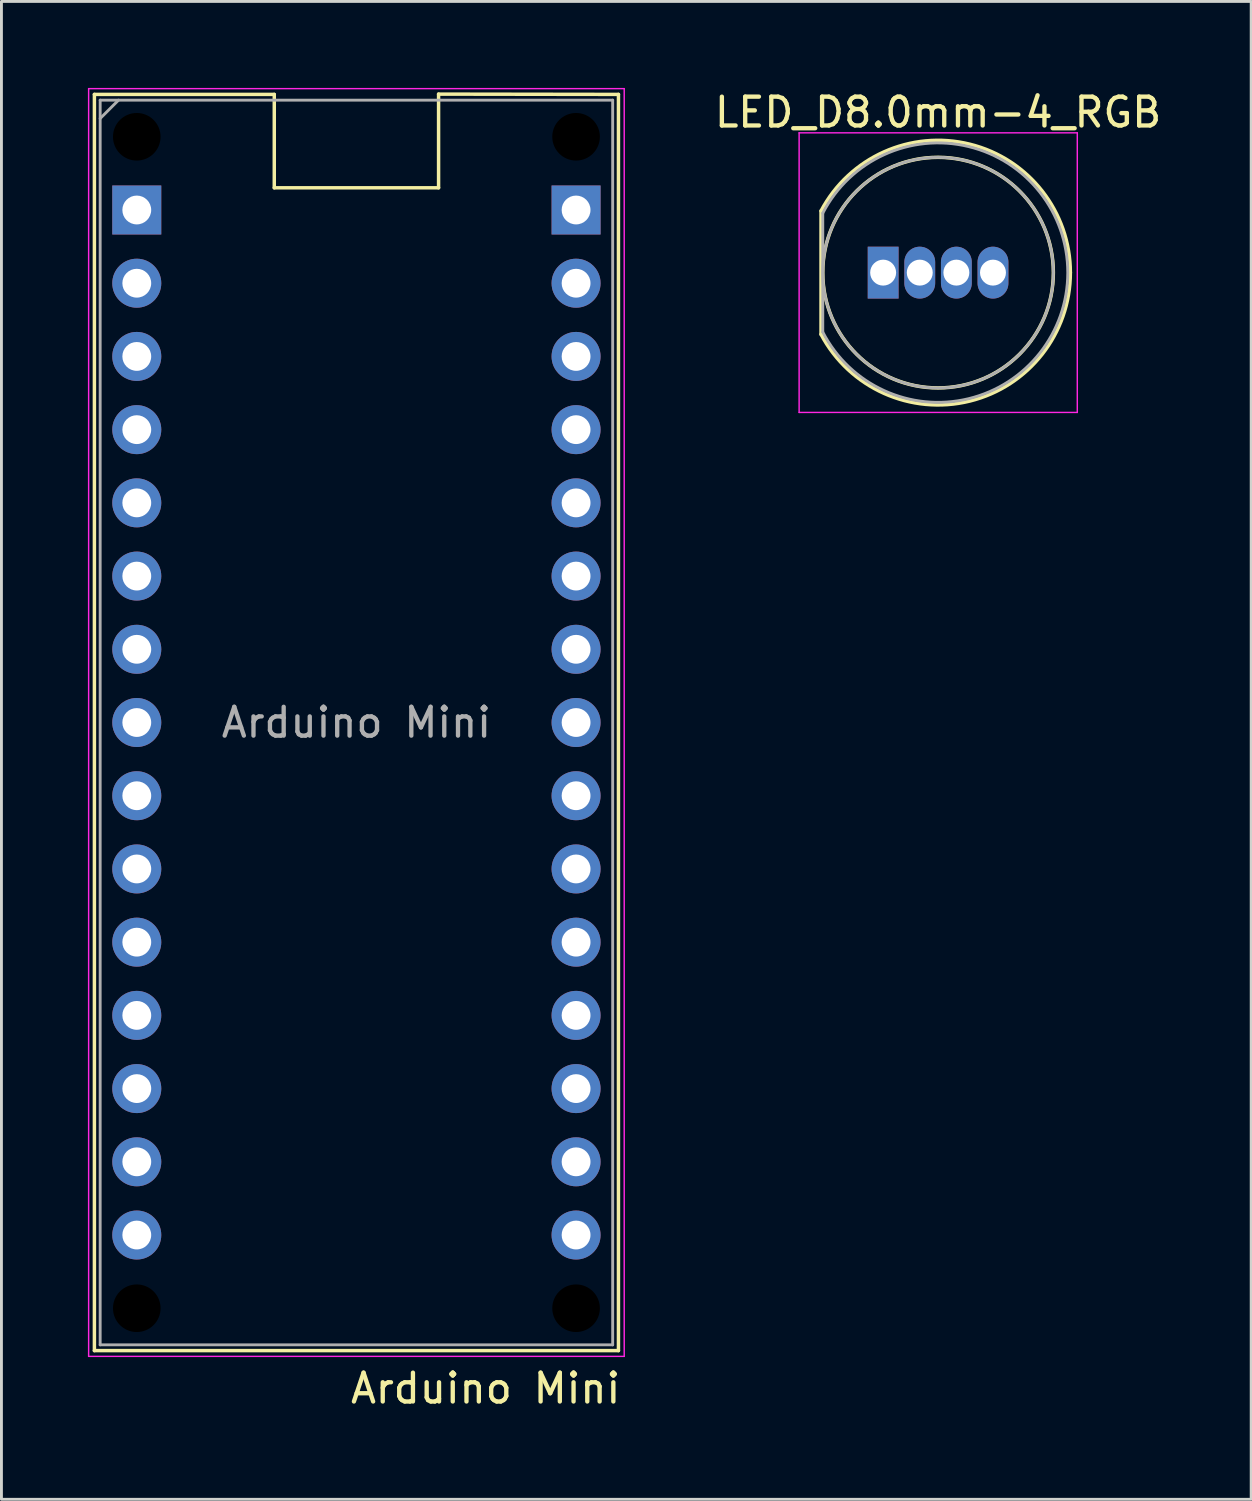
<source format=kicad_pcb>
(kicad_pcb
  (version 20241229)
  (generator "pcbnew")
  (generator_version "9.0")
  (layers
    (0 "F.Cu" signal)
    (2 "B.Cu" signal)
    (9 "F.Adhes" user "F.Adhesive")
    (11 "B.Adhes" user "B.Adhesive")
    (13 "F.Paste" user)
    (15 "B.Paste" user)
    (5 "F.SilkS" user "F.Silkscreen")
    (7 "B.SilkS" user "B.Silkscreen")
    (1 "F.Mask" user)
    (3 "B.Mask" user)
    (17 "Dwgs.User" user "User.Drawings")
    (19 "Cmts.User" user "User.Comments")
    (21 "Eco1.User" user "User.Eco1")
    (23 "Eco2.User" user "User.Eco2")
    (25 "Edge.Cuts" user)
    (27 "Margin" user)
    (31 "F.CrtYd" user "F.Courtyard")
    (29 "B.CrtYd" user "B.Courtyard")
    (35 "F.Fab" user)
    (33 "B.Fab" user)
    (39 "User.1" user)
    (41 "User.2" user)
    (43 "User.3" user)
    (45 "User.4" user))
  (footprint "Arduino Mini"
    (layer "F.Cu")
    (at 9.315 22.015)
    (property "Reference" "Arduino Mini" (at 9.25 23.1 0) (layer "F.SilkS") (effects (font (size 1 1) (thickness 0.15)) (justify right)))
    (attr through_hole)
    (fp_line (start -9.09 -21.79) (end -9.09 21.79) (stroke (width 0.12) (type solid)) (layer "F.SilkS"))
    (fp_line (start -9.09 -21.79) (end -2.85 -21.79) (stroke (width 0.12) (type solid)) (layer "F.SilkS"))
    (fp_line (start -9.09 21.79) (end 9.09 21.79) (stroke (width 0.12) (type solid)) (layer "F.SilkS"))
    (fp_line (start -2.85 -18.55) (end -2.85 -21.79) (stroke (width 0.12) (type solid)) (layer "F.SilkS"))
    (fp_line (start -2.85 -18.55) (end 2.85 -18.55) (stroke (width 0.12) (type solid)) (layer "F.SilkS"))
    (fp_line (start 2.85 -21.8) (end 9.09 -21.79) (stroke (width 0.12) (type solid)) (layer "F.SilkS"))
    (fp_line (start 2.85 -18.55) (end 2.85 -21.8) (stroke (width 0.12) (type solid)) (layer "F.SilkS"))
    (fp_line (start 9.09 -21.79) (end 9.09 21.79) (stroke (width 0.12) (type solid)) (layer "F.SilkS"))
    (fp_line (start -9.29 -21.99) (end -9.29 21.99) (stroke (width 0.05) (type solid)) (layer "F.CrtYd"))
    (fp_line (start -9.29 21.99) (end 9.29 21.99) (stroke (width 0.05) (type solid)) (layer "F.CrtYd"))
    (fp_line (start 9.29 -21.99) (end -9.29 -21.99) (stroke (width 0.05) (type solid)) (layer "F.CrtYd"))
    (fp_line (start 9.29 -21.99) (end 9.29 21.99) (stroke (width 0.05) (type solid)) (layer "F.CrtYd"))
    (fp_line (start -8.89 -21.59) (end 8.89 -21.59) (stroke (width 0.1) (type solid)) (layer "F.Fab"))
    (fp_line (start -8.89 -20.955) (end -8.255 -21.59) (stroke (width 0.1) (type solid)) (layer "F.Fab"))
    (fp_line (start -8.89 21.59) (end -8.89 -21.59) (stroke (width 0.1) (type solid)) (layer "F.Fab"))
    (fp_line (start 8.89 -21.59) (end 8.89 21.59) (stroke (width 0.1) (type solid)) (layer "F.Fab"))
    (fp_line (start 8.89 21.59) (end -8.89 21.59) (stroke (width 0.1) (type solid)) (layer "F.Fab"))
    (fp_text user "${REFERENCE}" (at 0 0 180) (layer "F.Fab") (effects (font (size 1 1) (thickness 0.15))))
    (pad "" np_thru_hole circle (at -7.62 -20.32) (size 1.651 1.651) (drill 1.651) (layers "*.Mask"))
    (pad "" np_thru_hole circle (at -7.62 20.32) (size 1.651 1.651) (drill 1.651) (layers "*.Mask"))
    (pad "" np_thru_hole circle (at 7.62 -20.32) (size 1.651 1.651) (drill 1.651) (layers "*.Mask"))
    (pad "" np_thru_hole circle (at 7.62 20.32) (size 1.651 1.651) (drill 1.651) (layers "*.Mask"))
    (pad "3V3" thru_hole oval (at -7.62 -15.24) (size 1.7 1.7) (drill 1) (layers "*.Cu" "*.Mask"))
    (pad "5V" thru_hole oval (at -7.62 10.16) (size 1.7 1.7) (drill 1) (layers "*.Cu" "*.Mask"))
    (pad "A0" thru_hole oval (at -7.62 -10.16) (size 1.7 1.7) (drill 1) (layers "*.Cu" "*.Mask"))
    (pad "A1" thru_hole oval (at -7.62 -7.62) (size 1.7 1.7) (drill 1) (layers "*.Cu" "*.Mask"))
    (pad "A2" thru_hole oval (at -7.62 -5.08) (size 1.7 1.7) (drill 1) (layers "*.Cu" "*.Mask"))
    (pad "A3" thru_hole oval (at -7.62 -2.54) (size 1.7 1.7) (drill 1) (layers "*.Cu" "*.Mask"))
    (pad "A4" thru_hole oval (at -7.62 0) (size 1.7 1.7) (drill 1) (layers "*.Cu" "*.Mask"))
    (pad "A5" thru_hole oval (at -7.62 2.54) (size 1.7 1.7) (drill 1) (layers "*.Cu" "*.Mask"))
    (pad "A6" thru_hole oval (at -7.62 5.08) (size 1.7 1.7) (drill 1) (layers "*.Cu" "*.Mask"))
    (pad "A7" thru_hole oval (at -7.62 7.62) (size 1.7 1.7) (drill 1) (layers "*.Cu" "*.Mask"))
    (pad "AREF" thru_hole oval (at -7.62 -12.7) (size 1.7 1.7) (drill 1) (layers "*.Cu" "*.Mask"))
    (pad "D0/RX" thru_hole oval (at 7.62 15.24) (size 1.7 1.7) (drill 1) (layers "*.Cu" "*.Mask"))
    (pad "D1/TX" thru_hole oval (at 7.62 17.78) (size 1.7 1.7) (drill 1) (layers "*.Cu" "*.Mask"))
    (pad "D2" thru_hole oval (at 7.62 7.62) (size 1.7 1.7) (drill 1) (layers "*.Cu" "*.Mask"))
    (pad "D3" thru_hole oval (at 7.62 5.08) (size 1.7 1.7) (drill 1) (layers "*.Cu" "*.Mask"))
    (pad "D4" thru_hole oval (at 7.62 2.54) (size 1.7 1.7) (drill 1) (layers "*.Cu" "*.Mask"))
    (pad "D5" thru_hole oval (at 7.62 0) (size 1.7 1.7) (drill 1) (layers "*.Cu" "*.Mask"))
    (pad "D6" thru_hole oval (at 7.62 -2.54) (size 1.7 1.7) (drill 1) (layers "*.Cu" "*.Mask"))
    (pad "D7" thru_hole oval (at 7.62 -5.08) (size 1.7 1.7) (drill 1) (layers "*.Cu" "*.Mask"))
    (pad "D8" thru_hole oval (at 7.62 -7.62) (size 1.7 1.7) (drill 1) (layers "*.Cu" "*.Mask"))
    (pad "D9" thru_hole oval (at 7.62 -10.16) (size 1.7 1.7) (drill 1) (layers "*.Cu" "*.Mask"))
    (pad "D10" thru_hole oval (at 7.62 -12.7) (size 1.7 1.7) (drill 1) (layers "*.Cu" "*.Mask"))
    (pad "D11" thru_hole oval (at 7.62 -15.24) (size 1.7 1.7) (drill 1) (layers "*.Cu" "*.Mask"))
    (pad "D12" thru_hole rect (at 7.62 -17.78) (size 1.7 1.7) (drill 1) (layers "*.Cu" "*.Mask"))
    (pad "D13" thru_hole rect (at -7.62 -17.78) (size 1.7 1.7) (drill 1) (layers "*.Cu" "*.Mask"))
    (pad "GND" thru_hole oval (at -7.62 15.24) (size 1.7 1.7) (drill 1) (layers "*.Cu" "*.Mask"))
    (pad "GND" thru_hole oval (at 7.62 10.16) (size 1.7 1.7) (drill 1) (layers "*.Cu" "*.Mask"))
    (pad "RESET" thru_hole oval (at -7.62 12.7) (size 1.7 1.7) (drill 1) (layers "*.Cu" "*.Mask"))
    (pad "RESET" thru_hole oval (at 7.62 12.7) (size 1.7 1.7) (drill 1) (layers "*.Cu" "*.Mask"))
    (pad "VIN" thru_hole oval (at -7.62 17.78) (size 1.7 1.7) (drill 1) (layers "*.Cu" "*.Mask")))
  (footprint "LED_D8.0mm-4_RGB"
    (layer "F.Cu")
    (at 27.588 6.408)
    (property "Reference" "LED_D8.0mm-4_RGB" (at 1.905 -5.56 0) (layer "F.SilkS") (effects (font (size 1 1) (thickness 0.15))))
    (attr through_hole)
    (fp_line (start -2.155 -2.142) (end -2.155 2.142) (stroke (width 0.12) (type solid)) (layer "F.SilkS"))
    (fp_arc (start -2.155 -2.141145) (mid 3.008119 -4.455472) (end 6.495 0.000486) (stroke (width 0.12) (type solid)) (layer "F.SilkS"))
    (fp_arc (start 6.495 -0.000486) (mid 3.008119 4.455472) (end -2.155 2.141145) (stroke (width 0.12) (type solid)) (layer "F.SilkS"))
    (fp_circle (center 1.905 0) (end 5.905 0) (stroke (width 0.12) (type solid)) (fill no) (layer "F.SilkS"))
    (fp_line (start -2.915 -4.85) (end -2.915 4.85) (stroke (width 0.05) (type solid)) (layer "F.CrtYd"))
    (fp_line (start -2.915 4.85) (end 6.735 4.85) (stroke (width 0.05) (type solid)) (layer "F.CrtYd"))
    (fp_line (start 6.735 -4.85) (end -2.915 -4.85) (stroke (width 0.05) (type solid)) (layer "F.CrtYd"))
    (fp_line (start 6.735 4.85) (end 6.735 -4.85) (stroke (width 0.05) (type solid)) (layer "F.CrtYd"))
    (fp_line (start -2.095 -2.062) (end -2.095 2.062) (stroke (width 0.1) (type solid)) (layer "F.Fab"))
    (fp_arc (start -2.095 -2.061553) (mid 6.405 0.00126) (end -2.096154 2.059312) (stroke (width 0.1) (type solid)) (layer "F.Fab"))
    (fp_circle (center 1.905 0) (end 5.905 0) (stroke (width 0.1) (type solid)) (fill no) (layer "F.Fab"))
    (pad "1" thru_hole rect (at 0 0) (size 1.07 1.8) (drill 0.9) (layers "*.Cu" "*.Mask"))
    (pad "2" thru_hole oval (at 1.27 0) (size 1.07 1.8) (drill 0.9) (layers "*.Cu" "*.Mask"))
    (pad "3" thru_hole oval (at 2.54 0) (size 1.07 1.8) (drill 0.9) (layers "*.Cu" "*.Mask"))
    (pad "4" thru_hole oval (at 3.81 0) (size 1.07 1.8) (drill 0.9) (layers "*.Cu" "*.Mask")))
  (gr_rect
    (start -3 -3)
    (end 40.356 48.963)
    (stroke (width 0.1) (type default))
    (fill no)
    (layer "Edge.Cuts")))
</source>
